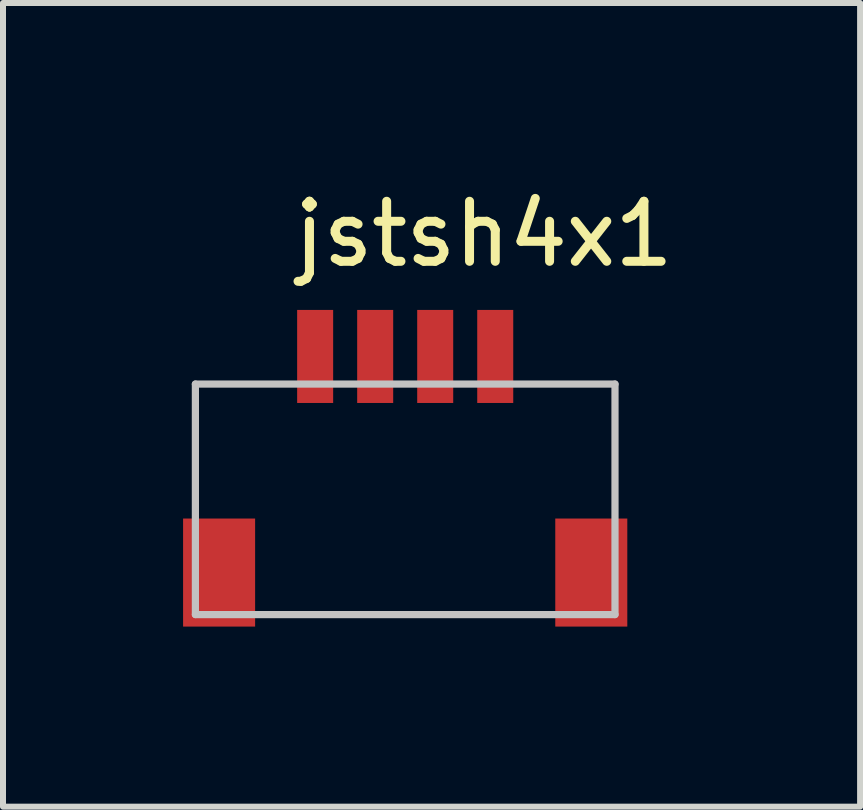
<source format=kicad_pcb>
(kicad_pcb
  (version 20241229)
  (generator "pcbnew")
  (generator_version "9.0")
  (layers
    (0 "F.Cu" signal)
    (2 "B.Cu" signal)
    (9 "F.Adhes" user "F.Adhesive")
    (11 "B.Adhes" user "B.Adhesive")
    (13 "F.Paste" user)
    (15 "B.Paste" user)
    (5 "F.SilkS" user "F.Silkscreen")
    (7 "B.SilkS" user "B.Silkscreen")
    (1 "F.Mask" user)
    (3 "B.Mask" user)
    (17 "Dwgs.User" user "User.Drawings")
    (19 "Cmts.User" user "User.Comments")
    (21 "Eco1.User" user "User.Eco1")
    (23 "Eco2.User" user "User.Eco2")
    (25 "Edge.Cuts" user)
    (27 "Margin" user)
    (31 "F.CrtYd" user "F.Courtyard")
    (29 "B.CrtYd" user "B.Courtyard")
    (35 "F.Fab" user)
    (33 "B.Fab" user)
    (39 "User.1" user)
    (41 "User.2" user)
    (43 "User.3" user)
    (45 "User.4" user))
  (footprint "jstsh4x1"
    (layer "F.Cu")
    (at 5.01 0.348)
    (property "Reference" "jstsh4x1" (at 0 0.5 0) (layer "F.SilkS") (effects (font (size 1 1) (thickness 0.15))))
    (attr through_hole)
    (fp_line (start -4.805 6.84) (end -4.805 3) (stroke (width 0.12) (type solid)) (layer "Dwgs.User"))
    (fp_line (start -4.805 6.84) (end 2.185 6.84) (stroke (width 0.12) (type solid)) (layer "Dwgs.User"))
    (fp_line (start 2.185 3) (end -4.805 3) (stroke (width 0.12) (type solid)) (layer "Dwgs.User"))
    (fp_line (start 2.185 3) (end 2.185 6.84) (stroke (width 0.12) (type solid)) (layer "Dwgs.User"))
    (pad "1" smd rect (at -2.81 2.54) (size 0.6 1.55) (layers "F.Cu" "F.Mask" "F.Paste"))
    (pad "2" smd rect (at -1.81 2.54) (size 0.6 1.55) (layers "F.Cu" "F.Mask" "F.Paste"))
    (pad "3" smd rect (at -0.81 2.54) (size 0.6 1.55) (layers "F.Cu" "F.Mask" "F.Paste"))
    (pad "4" smd rect (at 0.19 2.54) (size 0.6 1.55) (layers "F.Cu" "F.Mask" "F.Paste"))
    (pad "5" smd rect (at -4.41 6.14) (size 1.2 1.8) (layers "F.Cu" "F.Mask" "F.Paste"))
    (pad "5" smd rect (at 1.79 6.14) (size 1.2 1.8) (layers "F.Cu" "F.Mask" "F.Paste")))
  (gr_rect
    (start -3 -3)
    (end 11.278 10.388)
    (stroke (width 0.1) (type default))
    (fill no)
    (layer "Edge.Cuts")))
</source>
